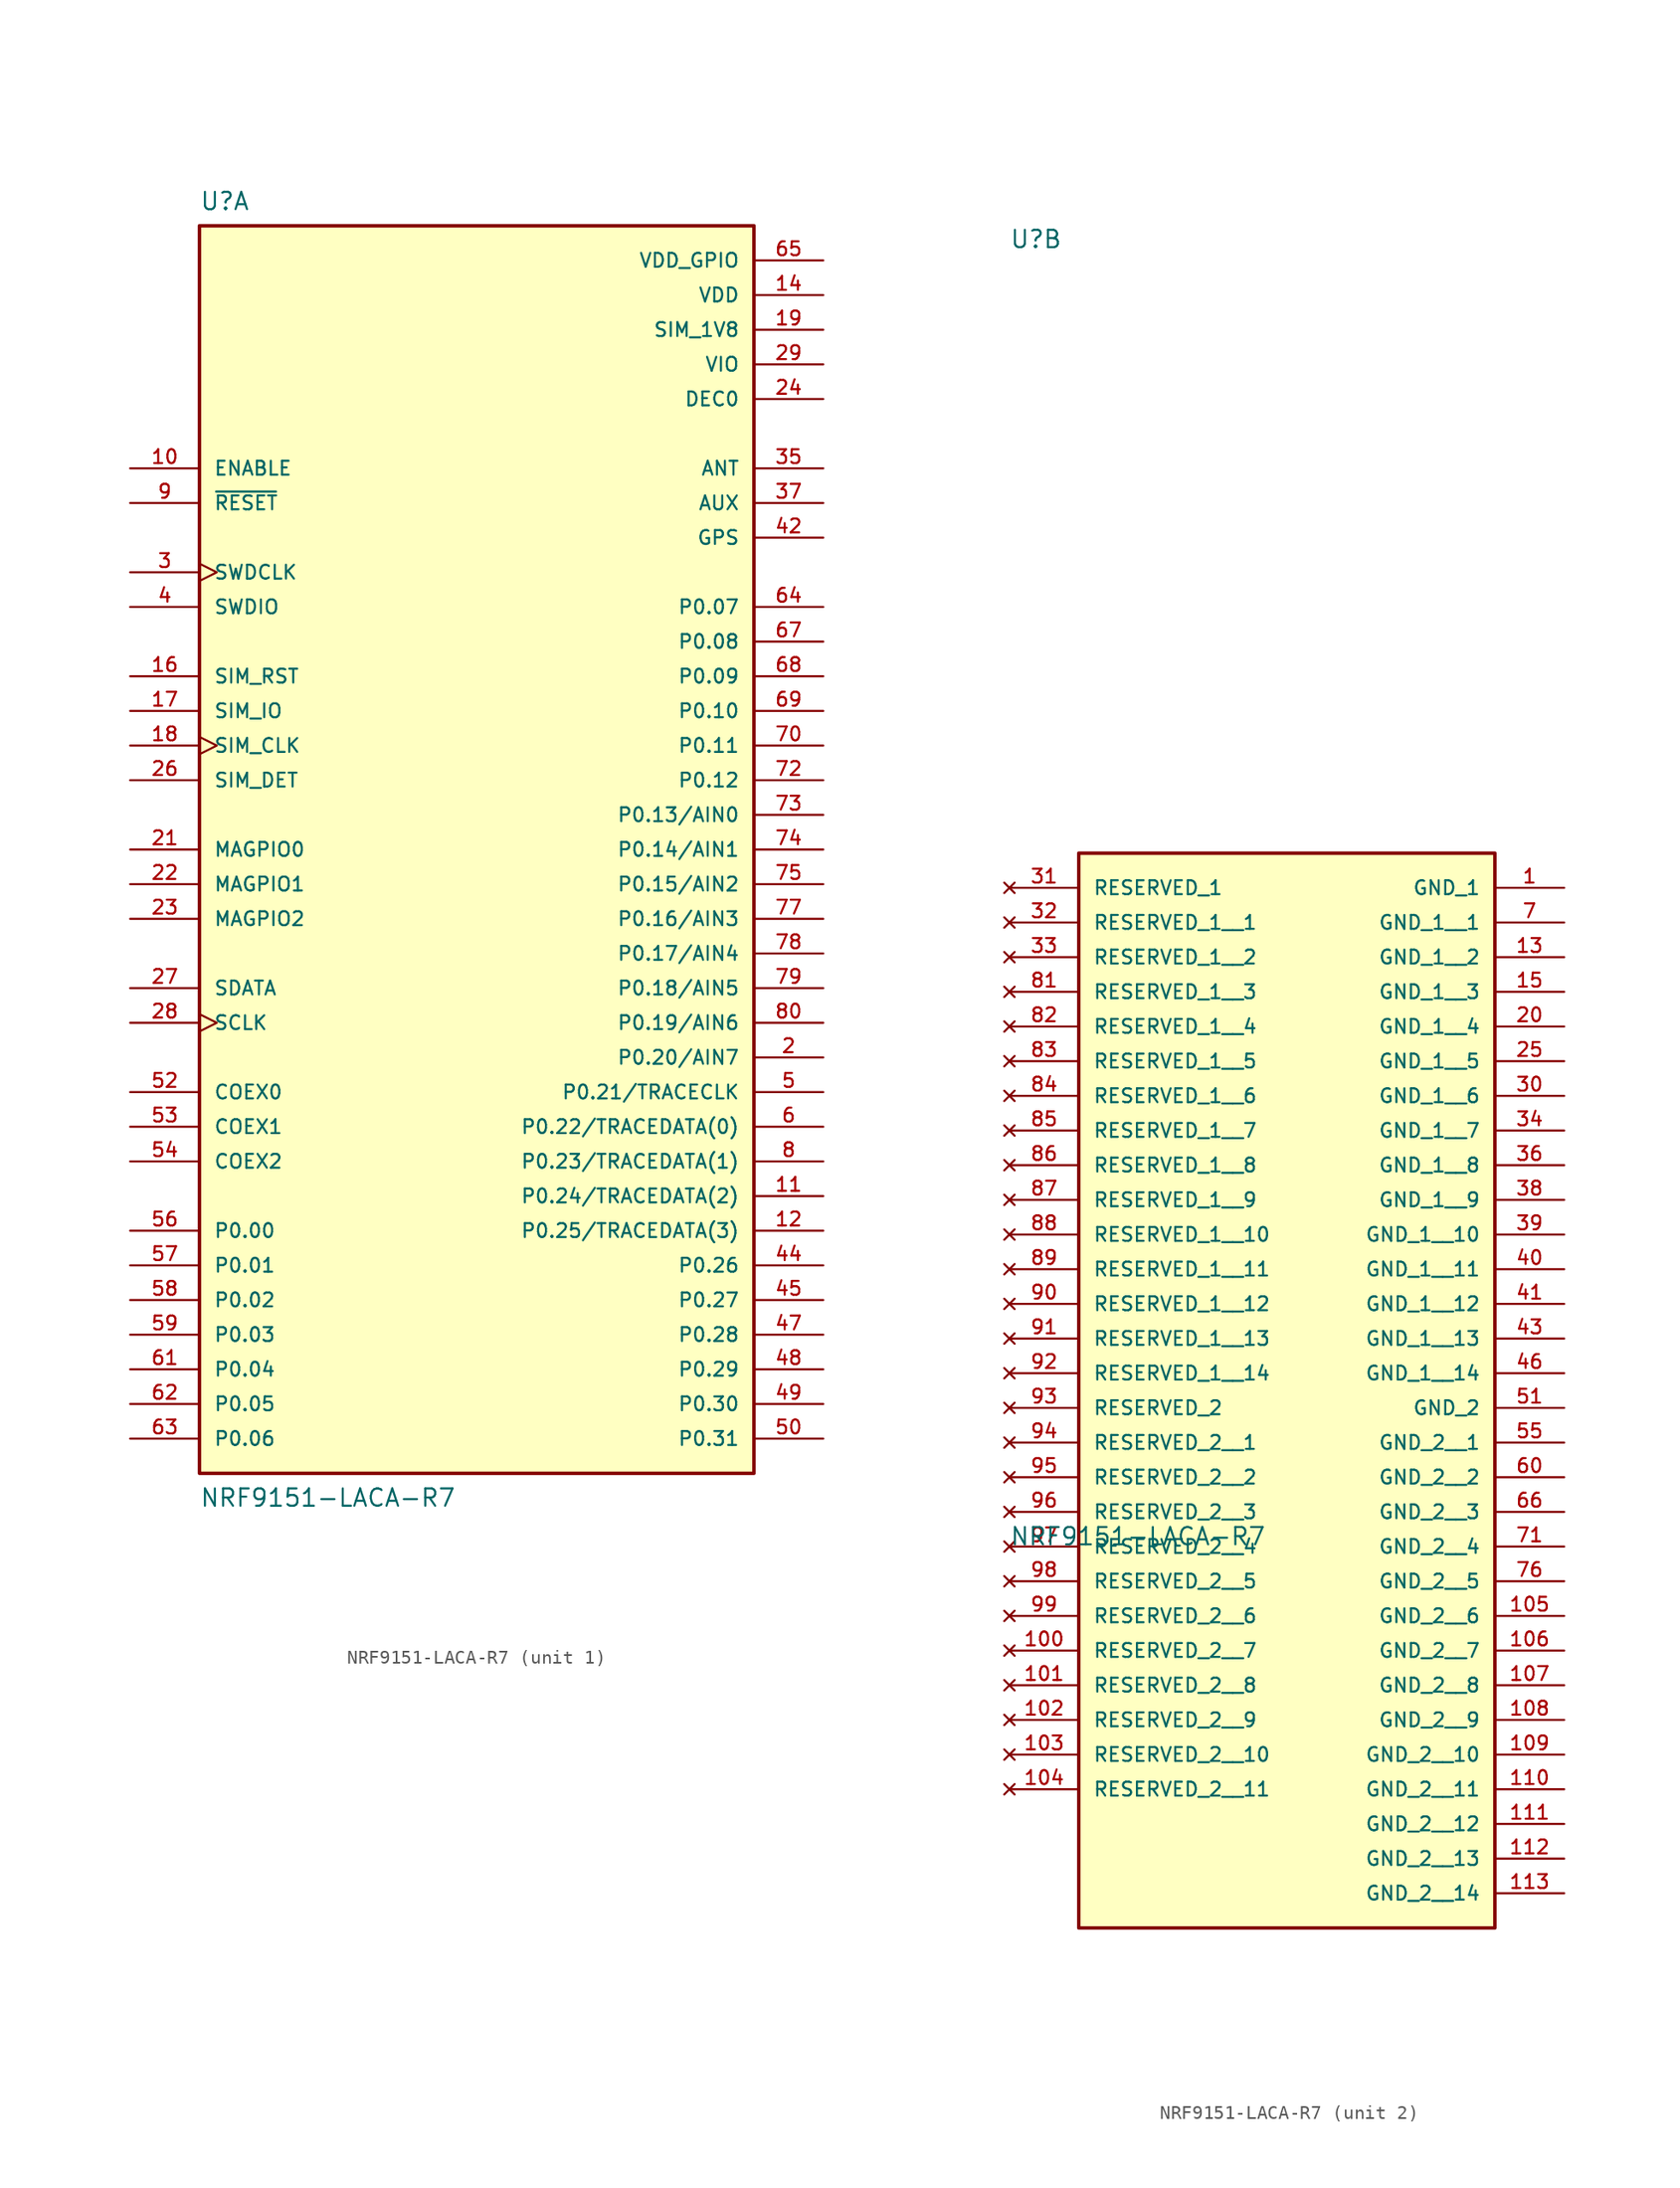
<source format=kicad_sym>
(kicad_symbol_lib
  (version 20211014)
  (generator kicad_symbol_editor)
  (symbol "NRF9151-LACA-R7"
    (pin_names
      (offset 1.016))
    (property "Reference" "U"
      (at -20.32 48.26 0)
      (effects (font (size 1.27 1.27)) (justify top left)))
    (property "Value" "NRF9151-LACA-R7"
      (at -20.32 -48.26 0)
      (effects (font (size 1.27 1.27)) (justify bottom left)))
    (symbol "NRF9151-LACA-R7_1_0"
      (rectangle (start -20.32 -45.72) (end 20.32 45.72) (stroke (width 0.254)) (fill (type background)))
      (pin bidirectional line (at 25.4 -15.24 180.0) (length 5.08) (name "P0.20/AIN7" (effects (font (size 1.016 1.016)))) (number "2" (effects (font (size 1.016 1.016)))))
      (pin input clock (at -25.4 20.32 0) (length 5.08) (name "SWDCLK" (effects (font (size 1.016 1.016)))) (number "3" (effects (font (size 1.016 1.016)))))
      (pin bidirectional line (at -25.4 17.78 0) (length 5.08) (name "SWDIO" (effects (font (size 1.016 1.016)))) (number "4" (effects (font (size 1.016 1.016)))))
      (pin bidirectional line (at 25.4 -17.78 180.0) (length 5.08) (name "P0.21/TRACECLK" (effects (font (size 1.016 1.016)))) (number "5" (effects (font (size 1.016 1.016)))))
      (pin bidirectional line (at 25.4 -20.32 180.0) (length 5.08) (name "P0.22/TRACEDATA(0)" (effects (font (size 1.016 1.016)))) (number "6" (effects (font (size 1.016 1.016)))))
      (pin bidirectional line (at 25.4 -22.86 180.0) (length 5.08) (name "P0.23/TRACEDATA(1)" (effects (font (size 1.016 1.016)))) (number "8" (effects (font (size 1.016 1.016)))))
      (pin input line (at -25.4 25.4 0) (length 5.08) (name "~{RESET}" (effects (font (size 1.016 1.016)))) (number "9" (effects (font (size 1.016 1.016)))))
      (pin input line (at -25.4 27.94 0) (length 5.08) (name "ENABLE" (effects (font (size 1.016 1.016)))) (number "10" (effects (font (size 1.016 1.016)))))
      (pin bidirectional line (at 25.4 -25.4 180.0) (length 5.08) (name "P0.24/TRACEDATA(2)" (effects (font (size 1.016 1.016)))) (number "11" (effects (font (size 1.016 1.016)))))
      (pin bidirectional line (at 25.4 -27.94 180.0) (length 5.08) (name "P0.25/TRACEDATA(3)" (effects (font (size 1.016 1.016)))) (number "12" (effects (font (size 1.016 1.016)))))
      (pin power_in line (at 25.4 40.64 180.0) (length 5.08) (name "VDD" (effects (font (size 1.016 1.016)))) (number "14" (effects (font (size 1.016 1.016)))))
      (pin bidirectional line (at -25.4 12.7 0) (length 5.08) (name "SIM_RST" (effects (font (size 1.016 1.016)))) (number "16" (effects (font (size 1.016 1.016)))))
      (pin bidirectional line (at -25.4 10.16 0) (length 5.08) (name "SIM_IO" (effects (font (size 1.016 1.016)))) (number "17" (effects (font (size 1.016 1.016)))))
      (pin bidirectional clock (at -25.4 7.62 0) (length 5.08) (name "SIM_CLK" (effects (font (size 1.016 1.016)))) (number "18" (effects (font (size 1.016 1.016)))))
      (pin power_in line (at 25.4 38.1 180.0) (length 5.08) (name "SIM_1V8" (effects (font (size 1.016 1.016)))) (number "19" (effects (font (size 1.016 1.016)))))
      (pin bidirectional line (at -25.4 0.0 0) (length 5.08) (name "MAGPIO0" (effects (font (size 1.016 1.016)))) (number "21" (effects (font (size 1.016 1.016)))))
      (pin bidirectional line (at -25.4 -2.54 0) (length 5.08) (name "MAGPIO1" (effects (font (size 1.016 1.016)))) (number "22" (effects (font (size 1.016 1.016)))))
      (pin bidirectional line (at -25.4 -5.08 0) (length 5.08) (name "MAGPIO2" (effects (font (size 1.016 1.016)))) (number "23" (effects (font (size 1.016 1.016)))))
      (pin power_in line (at 25.4 33.02 180.0) (length 5.08) (name "DEC0" (effects (font (size 1.016 1.016)))) (number "24" (effects (font (size 1.016 1.016)))))
      (pin bidirectional line (at -25.4 5.08 0) (length 5.08) (name "SIM_DET" (effects (font (size 1.016 1.016)))) (number "26" (effects (font (size 1.016 1.016)))))
      (pin bidirectional line (at -25.4 -10.16 0) (length 5.08) (name "SDATA" (effects (font (size 1.016 1.016)))) (number "27" (effects (font (size 1.016 1.016)))))
      (pin bidirectional clock (at -25.4 -12.7 0) (length 5.08) (name "SCLK" (effects (font (size 1.016 1.016)))) (number "28" (effects (font (size 1.016 1.016)))))
      (pin power_in line (at 25.4 35.56 180.0) (length 5.08) (name "VIO" (effects (font (size 1.016 1.016)))) (number "29" (effects (font (size 1.016 1.016)))))
      (pin bidirectional line (at 25.4 27.94 180.0) (length 5.08) (name "ANT" (effects (font (size 1.016 1.016)))) (number "35" (effects (font (size 1.016 1.016)))))
      (pin bidirectional line (at 25.4 25.4 180.0) (length 5.08) (name "AUX" (effects (font (size 1.016 1.016)))) (number "37" (effects (font (size 1.016 1.016)))))
      (pin bidirectional line (at 25.4 22.86 180.0) (length 5.08) (name "GPS" (effects (font (size 1.016 1.016)))) (number "42" (effects (font (size 1.016 1.016)))))
      (pin bidirectional line (at 25.4 -30.48 180.0) (length 5.08) (name "P0.26" (effects (font (size 1.016 1.016)))) (number "44" (effects (font (size 1.016 1.016)))))
      (pin bidirectional line (at 25.4 -33.02 180.0) (length 5.08) (name "P0.27" (effects (font (size 1.016 1.016)))) (number "45" (effects (font (size 1.016 1.016)))))
      (pin bidirectional line (at 25.4 -35.56 180.0) (length 5.08) (name "P0.28" (effects (font (size 1.016 1.016)))) (number "47" (effects (font (size 1.016 1.016)))))
      (pin bidirectional line (at 25.4 -38.1 180.0) (length 5.08) (name "P0.29" (effects (font (size 1.016 1.016)))) (number "48" (effects (font (size 1.016 1.016)))))
      (pin bidirectional line (at 25.4 -40.64 180.0) (length 5.08) (name "P0.30" (effects (font (size 1.016 1.016)))) (number "49" (effects (font (size 1.016 1.016)))))
      (pin bidirectional line (at 25.4 -43.18 180.0) (length 5.08) (name "P0.31" (effects (font (size 1.016 1.016)))) (number "50" (effects (font (size 1.016 1.016)))))
      (pin bidirectional line (at -25.4 -17.78 0) (length 5.08) (name "COEX0" (effects (font (size 1.016 1.016)))) (number "52" (effects (font (size 1.016 1.016)))))
      (pin bidirectional line (at -25.4 -20.32 0) (length 5.08) (name "COEX1" (effects (font (size 1.016 1.016)))) (number "53" (effects (font (size 1.016 1.016)))))
      (pin bidirectional line (at -25.4 -22.86 0) (length 5.08) (name "COEX2" (effects (font (size 1.016 1.016)))) (number "54" (effects (font (size 1.016 1.016)))))
      (pin bidirectional line (at -25.4 -27.94 0) (length 5.08) (name "P0.00" (effects (font (size 1.016 1.016)))) (number "56" (effects (font (size 1.016 1.016)))))
      (pin bidirectional line (at -25.4 -30.48 0) (length 5.08) (name "P0.01" (effects (font (size 1.016 1.016)))) (number "57" (effects (font (size 1.016 1.016)))))
      (pin bidirectional line (at -25.4 -33.02 0) (length 5.08) (name "P0.02" (effects (font (size 1.016 1.016)))) (number "58" (effects (font (size 1.016 1.016)))))
      (pin bidirectional line (at -25.4 -35.56 0) (length 5.08) (name "P0.03" (effects (font (size 1.016 1.016)))) (number "59" (effects (font (size 1.016 1.016)))))
      (pin bidirectional line (at -25.4 -38.1 0) (length 5.08) (name "P0.04" (effects (font (size 1.016 1.016)))) (number "61" (effects (font (size 1.016 1.016)))))
      (pin bidirectional line (at -25.4 -40.64 0) (length 5.08) (name "P0.05" (effects (font (size 1.016 1.016)))) (number "62" (effects (font (size 1.016 1.016)))))
      (pin bidirectional line (at -25.4 -43.18 0) (length 5.08) (name "P0.06" (effects (font (size 1.016 1.016)))) (number "63" (effects (font (size 1.016 1.016)))))
      (pin bidirectional line (at 25.4 17.78 180.0) (length 5.08) (name "P0.07" (effects (font (size 1.016 1.016)))) (number "64" (effects (font (size 1.016 1.016)))))
      (pin power_in line (at 25.4 43.18 180.0) (length 5.08) (name "VDD_GPIO" (effects (font (size 1.016 1.016)))) (number "65" (effects (font (size 1.016 1.016)))))
      (pin bidirectional line (at 25.4 15.24 180.0) (length 5.08) (name "P0.08" (effects (font (size 1.016 1.016)))) (number "67" (effects (font (size 1.016 1.016)))))
      (pin bidirectional line (at 25.4 12.7 180.0) (length 5.08) (name "P0.09" (effects (font (size 1.016 1.016)))) (number "68" (effects (font (size 1.016 1.016)))))
      (pin bidirectional line (at 25.4 10.16 180.0) (length 5.08) (name "P0.10" (effects (font (size 1.016 1.016)))) (number "69" (effects (font (size 1.016 1.016)))))
      (pin bidirectional line (at 25.4 7.62 180.0) (length 5.08) (name "P0.11" (effects (font (size 1.016 1.016)))) (number "70" (effects (font (size 1.016 1.016)))))
      (pin bidirectional line (at 25.4 5.08 180.0) (length 5.08) (name "P0.12" (effects (font (size 1.016 1.016)))) (number "72" (effects (font (size 1.016 1.016)))))
      (pin bidirectional line (at 25.4 2.54 180.0) (length 5.08) (name "P0.13/AIN0" (effects (font (size 1.016 1.016)))) (number "73" (effects (font (size 1.016 1.016)))))
      (pin bidirectional line (at 25.4 0.0 180.0) (length 5.08) (name "P0.14/AIN1" (effects (font (size 1.016 1.016)))) (number "74" (effects (font (size 1.016 1.016)))))
      (pin bidirectional line (at 25.4 -2.54 180.0) (length 5.08) (name "P0.15/AIN2" (effects (font (size 1.016 1.016)))) (number "75" (effects (font (size 1.016 1.016)))))
      (pin bidirectional line (at 25.4 -5.08 180.0) (length 5.08) (name "P0.16/AIN3" (effects (font (size 1.016 1.016)))) (number "77" (effects (font (size 1.016 1.016)))))
      (pin bidirectional line (at 25.4 -7.62 180.0) (length 5.08) (name "P0.17/AIN4" (effects (font (size 1.016 1.016)))) (number "78" (effects (font (size 1.016 1.016)))))
      (pin bidirectional line (at 25.4 -10.16 180.0) (length 5.08) (name "P0.18/AIN5" (effects (font (size 1.016 1.016)))) (number "79" (effects (font (size 1.016 1.016)))))
      (pin bidirectional line (at 25.4 -12.7 180.0) (length 5.08) (name "P0.19/AIN6" (effects (font (size 1.016 1.016)))) (number "80" (effects (font (size 1.016 1.016))))))
    (symbol "NRF9151-LACA-R7_2_0"
      (rectangle (start -15.24 -76.2) (end 15.24 2.54) (stroke (width 0.254)) (fill (type background)))
      (pin power_in line (at 20.32 0.0 180.0) (length 5.08) (name "GND_1" (effects (font (size 1.016 1.016)))) (number "1" (effects (font (size 1.016 1.016)))))
      (pin power_in line (at 20.32 -38.1 180.0) (length 5.08) (name "GND_2" (effects (font (size 1.016 1.016)))) (number "51" (effects (font (size 1.016 1.016)))))
      (pin no_connect line (at -20.32 0.0 0) (length 5.08) (name "RESERVED_1" (effects (font (size 1.016 1.016)))) (number "31" (effects (font (size 1.016 1.016)))))
      (pin no_connect line (at -20.32 -38.1 0) (length 5.08) (name "RESERVED_2" (effects (font (size 1.016 1.016)))) (number "93" (effects (font (size 1.016 1.016)))))
      (pin no_connect line (at -20.32 -2.54 0) (length 5.08) (name "RESERVED_1__1" (effects (font (size 1.016 1.016)))) (number "32" (effects (font (size 1.016 1.016)))))
      (pin no_connect line (at -20.32 -5.08 0) (length 5.08) (name "RESERVED_1__2" (effects (font (size 1.016 1.016)))) (number "33" (effects (font (size 1.016 1.016)))))
      (pin no_connect line (at -20.32 -7.62 0) (length 5.08) (name "RESERVED_1__3" (effects (font (size 1.016 1.016)))) (number "81" (effects (font (size 1.016 1.016)))))
      (pin no_connect line (at -20.32 -10.16 0) (length 5.08) (name "RESERVED_1__4" (effects (font (size 1.016 1.016)))) (number "82" (effects (font (size 1.016 1.016)))))
      (pin no_connect line (at -20.32 -12.7 0) (length 5.08) (name "RESERVED_1__5" (effects (font (size 1.016 1.016)))) (number "83" (effects (font (size 1.016 1.016)))))
      (pin no_connect line (at -20.32 -15.24 0) (length 5.08) (name "RESERVED_1__6" (effects (font (size 1.016 1.016)))) (number "84" (effects (font (size 1.016 1.016)))))
      (pin no_connect line (at -20.32 -17.78 0) (length 5.08) (name "RESERVED_1__7" (effects (font (size 1.016 1.016)))) (number "85" (effects (font (size 1.016 1.016)))))
      (pin no_connect line (at -20.32 -20.32 0) (length 5.08) (name "RESERVED_1__8" (effects (font (size 1.016 1.016)))) (number "86" (effects (font (size 1.016 1.016)))))
      (pin no_connect line (at -20.32 -22.86 0) (length 5.08) (name "RESERVED_1__9" (effects (font (size 1.016 1.016)))) (number "87" (effects (font (size 1.016 1.016)))))
      (pin no_connect line (at -20.32 -25.4 0) (length 5.08) (name "RESERVED_1__10" (effects (font (size 1.016 1.016)))) (number "88" (effects (font (size 1.016 1.016)))))
      (pin no_connect line (at -20.32 -27.94 0) (length 5.08) (name "RESERVED_1__11" (effects (font (size 1.016 1.016)))) (number "89" (effects (font (size 1.016 1.016)))))
      (pin no_connect line (at -20.32 -30.48 0) (length 5.08) (name "RESERVED_1__12" (effects (font (size 1.016 1.016)))) (number "90" (effects (font (size 1.016 1.016)))))
      (pin no_connect line (at -20.32 -33.02 0) (length 5.08) (name "RESERVED_1__13" (effects (font (size 1.016 1.016)))) (number "91" (effects (font (size 1.016 1.016)))))
      (pin no_connect line (at -20.32 -35.56 0) (length 5.08) (name "RESERVED_1__14" (effects (font (size 1.016 1.016)))) (number "92" (effects (font (size 1.016 1.016)))))
      (pin no_connect line (at -20.32 -40.64 0) (length 5.08) (name "RESERVED_2__1" (effects (font (size 1.016 1.016)))) (number "94" (effects (font (size 1.016 1.016)))))
      (pin no_connect line (at -20.32 -43.18 0) (length 5.08) (name "RESERVED_2__2" (effects (font (size 1.016 1.016)))) (number "95" (effects (font (size 1.016 1.016)))))
      (pin no_connect line (at -20.32 -45.72 0) (length 5.08) (name "RESERVED_2__3" (effects (font (size 1.016 1.016)))) (number "96" (effects (font (size 1.016 1.016)))))
      (pin no_connect line (at -20.32 -48.26 0) (length 5.08) (name "RESERVED_2__4" (effects (font (size 1.016 1.016)))) (number "97" (effects (font (size 1.016 1.016)))))
      (pin no_connect line (at -20.32 -50.8 0) (length 5.08) (name "RESERVED_2__5" (effects (font (size 1.016 1.016)))) (number "98" (effects (font (size 1.016 1.016)))))
      (pin no_connect line (at -20.32 -53.34 0) (length 5.08) (name "RESERVED_2__6" (effects (font (size 1.016 1.016)))) (number "99" (effects (font (size 1.016 1.016)))))
      (pin no_connect line (at -20.32 -55.88 0) (length 5.08) (name "RESERVED_2__7" (effects (font (size 1.016 1.016)))) (number "100" (effects (font (size 1.016 1.016)))))
      (pin no_connect line (at -20.32 -58.42 0) (length 5.08) (name "RESERVED_2__8" (effects (font (size 1.016 1.016)))) (number "101" (effects (font (size 1.016 1.016)))))
      (pin no_connect line (at -20.32 -60.96 0) (length 5.08) (name "RESERVED_2__9" (effects (font (size 1.016 1.016)))) (number "102" (effects (font (size 1.016 1.016)))))
      (pin no_connect line (at -20.32 -63.5 0) (length 5.08) (name "RESERVED_2__10" (effects (font (size 1.016 1.016)))) (number "103" (effects (font (size 1.016 1.016)))))
      (pin no_connect line (at -20.32 -66.04 0) (length 5.08) (name "RESERVED_2__11" (effects (font (size 1.016 1.016)))) (number "104" (effects (font (size 1.016 1.016)))))
      (pin power_in line (at 20.32 -2.54 180.0) (length 5.08) (name "GND_1__1" (effects (font (size 1.016 1.016)))) (number "7" (effects (font (size 1.016 1.016)))))
      (pin power_in line (at 20.32 -5.08 180.0) (length 5.08) (name "GND_1__2" (effects (font (size 1.016 1.016)))) (number "13" (effects (font (size 1.016 1.016)))))
      (pin power_in line (at 20.32 -7.62 180.0) (length 5.08) (name "GND_1__3" (effects (font (size 1.016 1.016)))) (number "15" (effects (font (size 1.016 1.016)))))
      (pin power_in line (at 20.32 -10.16 180.0) (length 5.08) (name "GND_1__4" (effects (font (size 1.016 1.016)))) (number "20" (effects (font (size 1.016 1.016)))))
      (pin power_in line (at 20.32 -12.7 180.0) (length 5.08) (name "GND_1__5" (effects (font (size 1.016 1.016)))) (number "25" (effects (font (size 1.016 1.016)))))
      (pin power_in line (at 20.32 -15.24 180.0) (length 5.08) (name "GND_1__6" (effects (font (size 1.016 1.016)))) (number "30" (effects (font (size 1.016 1.016)))))
      (pin power_in line (at 20.32 -17.78 180.0) (length 5.08) (name "GND_1__7" (effects (font (size 1.016 1.016)))) (number "34" (effects (font (size 1.016 1.016)))))
      (pin power_in line (at 20.32 -20.32 180.0) (length 5.08) (name "GND_1__8" (effects (font (size 1.016 1.016)))) (number "36" (effects (font (size 1.016 1.016)))))
      (pin power_in line (at 20.32 -22.86 180.0) (length 5.08) (name "GND_1__9" (effects (font (size 1.016 1.016)))) (number "38" (effects (font (size 1.016 1.016)))))
      (pin power_in line (at 20.32 -25.4 180.0) (length 5.08) (name "GND_1__10" (effects (font (size 1.016 1.016)))) (number "39" (effects (font (size 1.016 1.016)))))
      (pin power_in line (at 20.32 -27.94 180.0) (length 5.08) (name "GND_1__11" (effects (font (size 1.016 1.016)))) (number "40" (effects (font (size 1.016 1.016)))))
      (pin power_in line (at 20.32 -30.48 180.0) (length 5.08) (name "GND_1__12" (effects (font (size 1.016 1.016)))) (number "41" (effects (font (size 1.016 1.016)))))
      (pin power_in line (at 20.32 -33.02 180.0) (length 5.08) (name "GND_1__13" (effects (font (size 1.016 1.016)))) (number "43" (effects (font (size 1.016 1.016)))))
      (pin power_in line (at 20.32 -35.56 180.0) (length 5.08) (name "GND_1__14" (effects (font (size 1.016 1.016)))) (number "46" (effects (font (size 1.016 1.016)))))
      (pin power_in line (at 20.32 -40.64 180.0) (length 5.08) (name "GND_2__1" (effects (font (size 1.016 1.016)))) (number "55" (effects (font (size 1.016 1.016)))))
      (pin power_in line (at 20.32 -43.18 180.0) (length 5.08) (name "GND_2__2" (effects (font (size 1.016 1.016)))) (number "60" (effects (font (size 1.016 1.016)))))
      (pin power_in line (at 20.32 -45.72 180.0) (length 5.08) (name "GND_2__3" (effects (font (size 1.016 1.016)))) (number "66" (effects (font (size 1.016 1.016)))))
      (pin power_in line (at 20.32 -48.26 180.0) (length 5.08) (name "GND_2__4" (effects (font (size 1.016 1.016)))) (number "71" (effects (font (size 1.016 1.016)))))
      (pin power_in line (at 20.32 -50.8 180.0) (length 5.08) (name "GND_2__5" (effects (font (size 1.016 1.016)))) (number "76" (effects (font (size 1.016 1.016)))))
      (pin power_in line (at 20.32 -53.34 180.0) (length 5.08) (name "GND_2__6" (effects (font (size 1.016 1.016)))) (number "105" (effects (font (size 1.016 1.016)))))
      (pin power_in line (at 20.32 -55.88 180.0) (length 5.08) (name "GND_2__7" (effects (font (size 1.016 1.016)))) (number "106" (effects (font (size 1.016 1.016)))))
      (pin power_in line (at 20.32 -58.42 180.0) (length 5.08) (name "GND_2__8" (effects (font (size 1.016 1.016)))) (number "107" (effects (font (size 1.016 1.016)))))
      (pin power_in line (at 20.32 -60.96 180.0) (length 5.08) (name "GND_2__9" (effects (font (size 1.016 1.016)))) (number "108" (effects (font (size 1.016 1.016)))))
      (pin power_in line (at 20.32 -63.5 180.0) (length 5.08) (name "GND_2__10" (effects (font (size 1.016 1.016)))) (number "109" (effects (font (size 1.016 1.016)))))
      (pin power_in line (at 20.32 -66.04 180.0) (length 5.08) (name "GND_2__11" (effects (font (size 1.016 1.016)))) (number "110" (effects (font (size 1.016 1.016)))))
      (pin power_in line (at 20.32 -68.58 180.0) (length 5.08) (name "GND_2__12" (effects (font (size 1.016 1.016)))) (number "111" (effects (font (size 1.016 1.016)))))
      (pin power_in line (at 20.32 -71.12 180.0) (length 5.08) (name "GND_2__13" (effects (font (size 1.016 1.016)))) (number "112" (effects (font (size 1.016 1.016)))))
      (pin power_in line (at 20.32 -73.66 180.0) (length 5.08) (name "GND_2__14" (effects (font (size 1.016 1.016)))) (number "113" (effects (font (size 1.016 1.016))))))))
</source>
